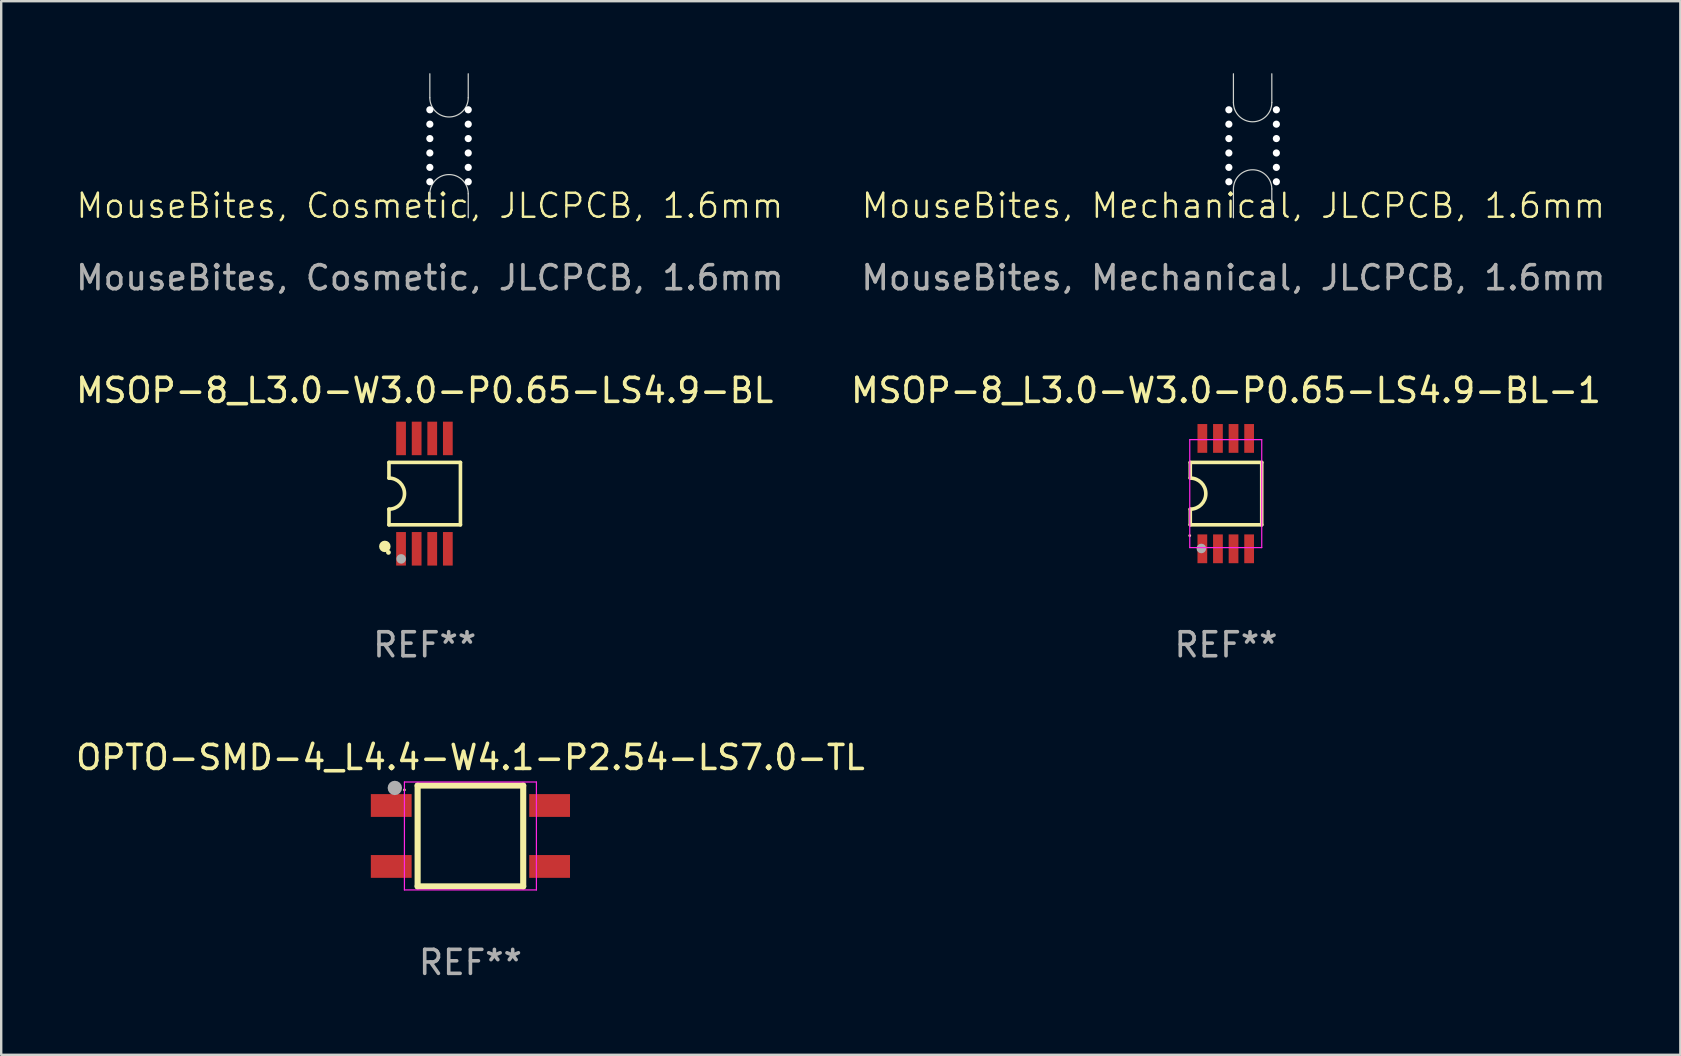
<source format=kicad_pcb>
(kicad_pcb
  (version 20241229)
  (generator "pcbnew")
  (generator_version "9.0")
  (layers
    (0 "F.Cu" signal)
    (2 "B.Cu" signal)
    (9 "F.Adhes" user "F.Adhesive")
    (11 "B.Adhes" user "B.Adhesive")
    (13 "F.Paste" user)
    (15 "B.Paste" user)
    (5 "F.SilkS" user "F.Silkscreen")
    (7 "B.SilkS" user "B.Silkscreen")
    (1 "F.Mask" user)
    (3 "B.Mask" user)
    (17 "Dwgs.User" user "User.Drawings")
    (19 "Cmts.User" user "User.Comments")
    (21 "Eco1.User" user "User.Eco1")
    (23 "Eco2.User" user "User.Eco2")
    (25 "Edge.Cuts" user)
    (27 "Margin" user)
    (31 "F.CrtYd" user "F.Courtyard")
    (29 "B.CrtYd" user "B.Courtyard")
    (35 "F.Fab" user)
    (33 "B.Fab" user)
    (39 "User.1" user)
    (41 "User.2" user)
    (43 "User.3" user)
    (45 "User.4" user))
  (footprint "MSOP-8_L3.0-W3.0-P0.65-LS4.9-BL"
    (layer "F.Cu")
    (at 14.638 17.521)
    (property "Reference" "MSOP-8_L3.0-W3.0-P0.65-LS4.9-BL" (at 0.011 -4.3 0) (layer "F.SilkS") (effects (font (size 1 1) (thickness 0.15))))
    (attr smd)
    (fp_line (start -1.478 -1.3) (end -1.478 -0.648) (stroke (width 0.15) (type solid)) (layer "F.SilkS"))
    (fp_line (start -1.478 0.648) (end -1.478 1.3) (stroke (width 0.15) (type solid)) (layer "F.SilkS"))
    (fp_line (start -1.478 1.3) (end 1.5 1.3) (stroke (width 0.15) (type solid)) (layer "F.SilkS"))
    (fp_line (start 1.5 -1.3) (end -1.478 -1.3) (stroke (width 0.15) (type solid)) (layer "F.SilkS"))
    (fp_line (start 1.5 1.3) (end 1.5 -1.3) (stroke (width 0.15) (type solid)) (layer "F.SilkS"))
    (fp_arc (start -1.47841 -0.647701) (mid -0.830709 0) (end -1.47841 0.647701) (stroke (width 0.150013) (type solid)) (layer "F.SilkS"))
    (fp_circle (center -1.65 2.2) (end -1.53 2.2) (stroke (width 0.24) (type solid)) (fill no) (layer "F.SilkS"))
    (fp_circle (center -1.5 2.45) (end -1.45 2.45) (stroke (width 0.1) (type solid)) (fill no) (layer "F.SilkS"))
    (fp_circle (center -0.97 2.72) (end -0.87 2.72) (stroke (width 0.2) (type solid)) (fill no) (layer "F.Fab"))
    (fp_text user "REF**" (at 0.011 6.3 0) (layer "F.Fab") (effects (font (size 1 1) (thickness 0.15))))
    (pad "1" smd rect (at -0.975 2.3) (size 0.406 1.397) (layers "F.Cu" "F.Mask" "F.Paste"))
    (pad "2" smd rect (at -0.325 2.3) (size 0.406 1.397) (layers "F.Cu" "F.Mask" "F.Paste"))
    (pad "3" smd rect (at 0.325 2.3) (size 0.406 1.397) (layers "F.Cu" "F.Mask" "F.Paste"))
    (pad "4" smd rect (at 0.975 2.3) (size 0.406 1.397) (layers "F.Cu" "F.Mask" "F.Paste"))
    (pad "5" smd rect (at 0.975 -2.3) (size 0.406 1.397) (layers "F.Cu" "F.Mask" "F.Paste"))
    (pad "6" smd rect (at 0.325 -2.3) (size 0.406 1.397) (layers "F.Cu" "F.Mask" "F.Paste"))
    (pad "7" smd rect (at -0.325 -2.3) (size 0.406 1.397) (layers "F.Cu" "F.Mask" "F.Paste"))
    (pad "8" smd rect (at -0.975 -2.3) (size 0.406 1.397) (layers "F.Cu" "F.Mask" "F.Paste")))
  (footprint "MSOP-8_L3.0-W3.0-P0.65-LS4.9-BL-1"
    (layer "F.Cu")
    (at 48.031 17.521)
    (property "Reference" "MSOP-8_L3.0-W3.0-P0.65-LS4.9-BL-1" (at 0.011 -4.3 0) (layer "F.SilkS") (effects (font (size 1 1) (thickness 0.15))))
    (attr smd)
    (fp_line (start -1.478 -1.3) (end -1.478 -0.648) (stroke (width 0.15) (type solid)) (layer "F.SilkS"))
    (fp_line (start -1.478 0.648) (end -1.478 1.3) (stroke (width 0.15) (type solid)) (layer "F.SilkS"))
    (fp_line (start -1.478 1.3) (end 1.5 1.3) (stroke (width 0.15) (type solid)) (layer "F.SilkS"))
    (fp_line (start 1.5 -1.3) (end -1.478 -1.3) (stroke (width 0.15) (type solid)) (layer "F.SilkS"))
    (fp_line (start 1.5 1.3) (end 1.5 -1.3) (stroke (width 0.15) (type solid)) (layer "F.SilkS"))
    (fp_arc (start -1.47841 -0.647701) (mid -0.830709 -0.000001) (end -1.478409 0.647701) (stroke (width 0.150013) (type solid)) (layer "F.SilkS"))
    (fp_circle (center -1.5 1.75) (end -1.47 1.75) (stroke (width 0.06) (type solid)) (fill no) (layer "F.SilkS"))
    (fp_line (start -1.5 -2.25) (end 1.5 -2.25) (stroke (width 0.05) (type default)) (layer "F.CrtYd"))
    (fp_line (start -1.5 2.25) (end -1.5 -2.25) (stroke (width 0.05) (type default)) (layer "F.CrtYd"))
    (fp_line (start 1.5 -2.25) (end 1.5 2.25) (stroke (width 0.05) (type default)) (layer "F.CrtYd"))
    (fp_line (start 1.5 2.25) (end -1.5 2.25) (stroke (width 0.05) (type default)) (layer "F.CrtYd"))
    (fp_circle (center -1.016 2.286) (end -0.916 2.286) (stroke (width 0.2) (type solid)) (fill no) (layer "F.Fab"))
    (fp_text user "REF**" (at 0.011 6.3 0) (layer "F.Fab") (effects (font (size 1 1) (thickness 0.15))))
    (pad "1" smd rect (at -0.975 2.3) (size 0.406 1.2) (layers "F.Cu" "F.Mask" "F.Paste"))
    (pad "2" smd rect (at -0.325 2.3) (size 0.406 1.2) (layers "F.Cu" "F.Mask" "F.Paste"))
    (pad "3" smd rect (at 0.325 2.3) (size 0.406 1.2) (layers "F.Cu" "F.Mask" "F.Paste"))
    (pad "4" smd rect (at 0.975 2.3) (size 0.406 1.2) (layers "F.Cu" "F.Mask" "F.Paste"))
    (pad "5" smd rect (at 0.975 -2.3) (size 0.406 1.2) (layers "F.Cu" "F.Mask" "F.Paste"))
    (pad "6" smd rect (at 0.325 -2.3) (size 0.406 1.2) (layers "F.Cu" "F.Mask" "F.Paste"))
    (pad "7" smd rect (at -0.325 -2.3) (size 0.406 1.2) (layers "F.Cu" "F.Mask" "F.Paste"))
    (pad "8" smd rect (at -0.975 -2.3) (size 0.406 1.2) (layers "F.Cu" "F.Mask" "F.Paste")))
  (footprint "MouseBites, Mechanical, JLCPCB, 1.6mm"
    (layer "F.Cu")
    (at 48.351 6.025)
    (property "Reference" "MouseBites, Mechanical, JLCPCB, 1.6mm" (at 0 -0.5 0) (unlocked yes) (layer "F.SilkS") (effects (font (size 1 1) (thickness 0.1))))
    (fp_line (start 0 -6) (end 0 -4.8) (stroke (width 0.05) (type default)) (layer "Edge.Cuts"))
    (fp_line (start 0 0) (end 0 -1.2) (stroke (width 0.05) (type default)) (layer "Edge.Cuts"))
    (fp_line (start 1.6 -6) (end 1.6 -4.8) (stroke (width 0.05) (type default)) (layer "Edge.Cuts"))
    (fp_line (start 1.6 0) (end 1.6 -1.2) (stroke (width 0.05) (type default)) (layer "Edge.Cuts"))
    (fp_arc (start 0 -1.2) (mid 0.8 -2) (end 1.6 -1.2) (stroke (width 0.05) (type default)) (layer "Edge.Cuts"))
    (fp_arc (start 1.6 -4.8) (mid 0.8 -4) (end 0 -4.8) (stroke (width 0.05) (type default)) (layer "Edge.Cuts"))
    (fp_text user "${REFERENCE}" (at 0 2.5 0) (unlocked yes) (layer "F.Fab") (effects (font (size 1 1) (thickness 0.15))))
    (pad "" np_thru_hole circle (at -0.19 -4.5 90) (size 0.3 0.3) (drill 0.38) (layers "*.Cu" "*.Mask"))
    (pad "" np_thru_hole circle (at -0.19 -3.9 90) (size 0.3 0.3) (drill 0.38) (layers "*.Cu" "*.Mask"))
    (pad "" np_thru_hole circle (at -0.19 -3.3 90) (size 0.3 0.3) (drill 0.38) (layers "*.Cu" "*.Mask"))
    (pad "" np_thru_hole circle (at -0.19 -2.7 90) (size 0.3 0.3) (drill 0.38) (layers "*.Cu" "*.Mask"))
    (pad "" np_thru_hole circle (at -0.19 -2.1 90) (size 0.3 0.3) (drill 0.38) (layers "*.Cu" "*.Mask"))
    (pad "" np_thru_hole circle (at -0.19 -1.5 90) (size 0.3 0.3) (drill 0.38) (layers "*.Cu" "*.Mask"))
    (pad "" np_thru_hole circle (at 1.79 -4.5 90) (size 0.3 0.3) (drill 0.38) (layers "*.Cu" "*.Mask"))
    (pad "" np_thru_hole circle (at 1.79 -3.9 90) (size 0.3 0.3) (drill 0.38) (layers "*.Cu" "*.Mask"))
    (pad "" np_thru_hole circle (at 1.79 -3.3 90) (size 0.3 0.3) (drill 0.38) (layers "*.Cu" "*.Mask"))
    (pad "" np_thru_hole circle (at 1.79 -2.7 90) (size 0.3 0.3) (drill 0.38) (layers "*.Cu" "*.Mask"))
    (pad "" np_thru_hole circle (at 1.79 -2.1 90) (size 0.3 0.3) (drill 0.38) (layers "*.Cu" "*.Mask"))
    (pad "" np_thru_hole circle (at 1.79 -1.5 90) (size 0.3 0.3) (drill 0.38) (layers "*.Cu" "*.Mask")))
  (footprint "OPTO-SMD-4_L4.4-W4.1-P2.54-LS7.0-TL"
    (layer "F.Cu")
    (at 16.554 31.788)
    (property "Reference" "OPTO-SMD-4_L4.4-W4.1-P2.54-LS7.0-TL" (at 0 -3.27 0) (layer "F.SilkS") (effects (font (size 1 1) (thickness 0.15))))
    (attr smd)
    (fp_line (start -2.2 -2.1) (end -2.2 2.1) (stroke (width 0.254) (type solid)) (layer "F.SilkS"))
    (fp_line (start -2.2 2.1) (end 2.2 2.1) (stroke (width 0.254) (type solid)) (layer "F.SilkS"))
    (fp_line (start 2.2 -2.1) (end -2.2 -2.1) (stroke (width 0.254) (type solid)) (layer "F.SilkS"))
    (fp_line (start 2.2 2.1) (end 2.2 -2.1) (stroke (width 0.254) (type solid)) (layer "F.SilkS"))
    (fp_circle (center -2.75 -1.92) (end -2.72 -1.92) (stroke (width 0.06) (type solid)) (fill no) (layer "F.SilkS"))
    (fp_line (start -2.75 -2.25) (end -2.75 2.25) (stroke (width 0.05) (type default)) (layer "F.CrtYd"))
    (fp_line (start -2.75 2.25) (end 2.75 2.25) (stroke (width 0.05) (type default)) (layer "F.CrtYd"))
    (fp_line (start 2.75 -2.25) (end -2.75 -2.25) (stroke (width 0.05) (type default)) (layer "F.CrtYd"))
    (fp_line (start 2.75 2.25) (end 2.75 -2.25) (stroke (width 0.05) (type default)) (layer "F.CrtYd"))
    (fp_circle (center -3.15 -2.002) (end -3 -2.002) (stroke (width 0.3) (type solid)) (fill no) (layer "F.Fab"))
    (fp_text user "REF**" (at 0 5.27 0) (layer "F.Fab") (effects (font (size 1 1) (thickness 0.15))))
    (pad "1" smd rect (at -3.3 -1.27) (size 1.7 0.95) (layers "F.Cu" "F.Mask" "F.Paste"))
    (pad "2" smd rect (at -3.3 1.27) (size 1.7 0.95) (layers "F.Cu" "F.Mask" "F.Paste"))
    (pad "3" smd rect (at 3.3 1.27) (size 1.7 0.95) (layers "F.Cu" "F.Mask" "F.Paste"))
    (pad "4" smd rect (at 3.3 -1.27) (size 1.7 0.95) (layers "F.Cu" "F.Mask" "F.Paste")))
  (footprint "MouseBites, Cosmetic, JLCPCB, 1.6mm"
    (layer "F.Cu")
    (at 14.863 6.025)
    (property "Reference" "MouseBites, Cosmetic, JLCPCB, 1.6mm" (at 0 -0.5 0) (unlocked yes) (layer "F.SilkS") (effects (font (size 1 1) (thickness 0.1))))
    (fp_line (start 0 -6) (end 0 -5) (stroke (width 0.05) (type default)) (layer "Edge.Cuts"))
    (fp_line (start 0 0) (end 0 -1) (stroke (width 0.05) (type default)) (layer "Edge.Cuts"))
    (fp_line (start 1.6 -6) (end 1.6 -5) (stroke (width 0.05) (type default)) (layer "Edge.Cuts"))
    (fp_line (start 1.6 0) (end 1.6 -1) (stroke (width 0.05) (type default)) (layer "Edge.Cuts"))
    (fp_arc (start 0 -1) (mid 0.8 -1.8) (end 1.6 -1) (stroke (width 0.05) (type default)) (layer "Edge.Cuts"))
    (fp_arc (start 1.6 -5) (mid 0.8 -4.2) (end 0 -5) (stroke (width 0.05) (type default)) (layer "Edge.Cuts"))
    (fp_text user "${REFERENCE}" (at 0 2.5 0) (unlocked yes) (layer "F.Fab") (effects (font (size 1 1) (thickness 0.15))))
    (pad "" np_thru_hole circle (at 0 -4.5 90) (size 0.3 0.3) (drill 0.38) (layers "*.Cu" "*.Mask"))
    (pad "" np_thru_hole circle (at 0 -3.9 90) (size 0.3 0.3) (drill 0.38) (layers "*.Cu" "*.Mask"))
    (pad "" np_thru_hole circle (at 0 -3.3 90) (size 0.3 0.3) (drill 0.38) (layers "*.Cu" "*.Mask"))
    (pad "" np_thru_hole circle (at 0 -2.7 90) (size 0.3 0.3) (drill 0.38) (layers "*.Cu" "*.Mask"))
    (pad "" np_thru_hole circle (at 0 -2.1 90) (size 0.3 0.3) (drill 0.38) (layers "*.Cu" "*.Mask"))
    (pad "" np_thru_hole circle (at 0 -1.5 90) (size 0.3 0.3) (drill 0.38) (layers "*.Cu" "*.Mask"))
    (pad "" np_thru_hole circle (at 1.6 -4.5 90) (size 0.3 0.3) (drill 0.38) (layers "*.Cu" "*.Mask"))
    (pad "" np_thru_hole circle (at 1.6 -3.9 90) (size 0.3 0.3) (drill 0.38) (layers "*.Cu" "*.Mask"))
    (pad "" np_thru_hole circle (at 1.6 -3.3 90) (size 0.3 0.3) (drill 0.38) (layers "*.Cu" "*.Mask"))
    (pad "" np_thru_hole circle (at 1.6 -2.7 90) (size 0.3 0.3) (drill 0.38) (layers "*.Cu" "*.Mask"))
    (pad "" np_thru_hole circle (at 1.6 -2.1 90) (size 0.3 0.3) (drill 0.38) (layers "*.Cu" "*.Mask"))
    (pad "" np_thru_hole circle (at 1.6 -1.5 90) (size 0.3 0.3) (drill 0.38) (layers "*.Cu" "*.Mask")))
  (gr_rect
    (start -3 -3)
    (end 66.976 40.906)
    (stroke (width 0.1) (type default))
    (fill no)
    (layer "Edge.Cuts")))
</source>
